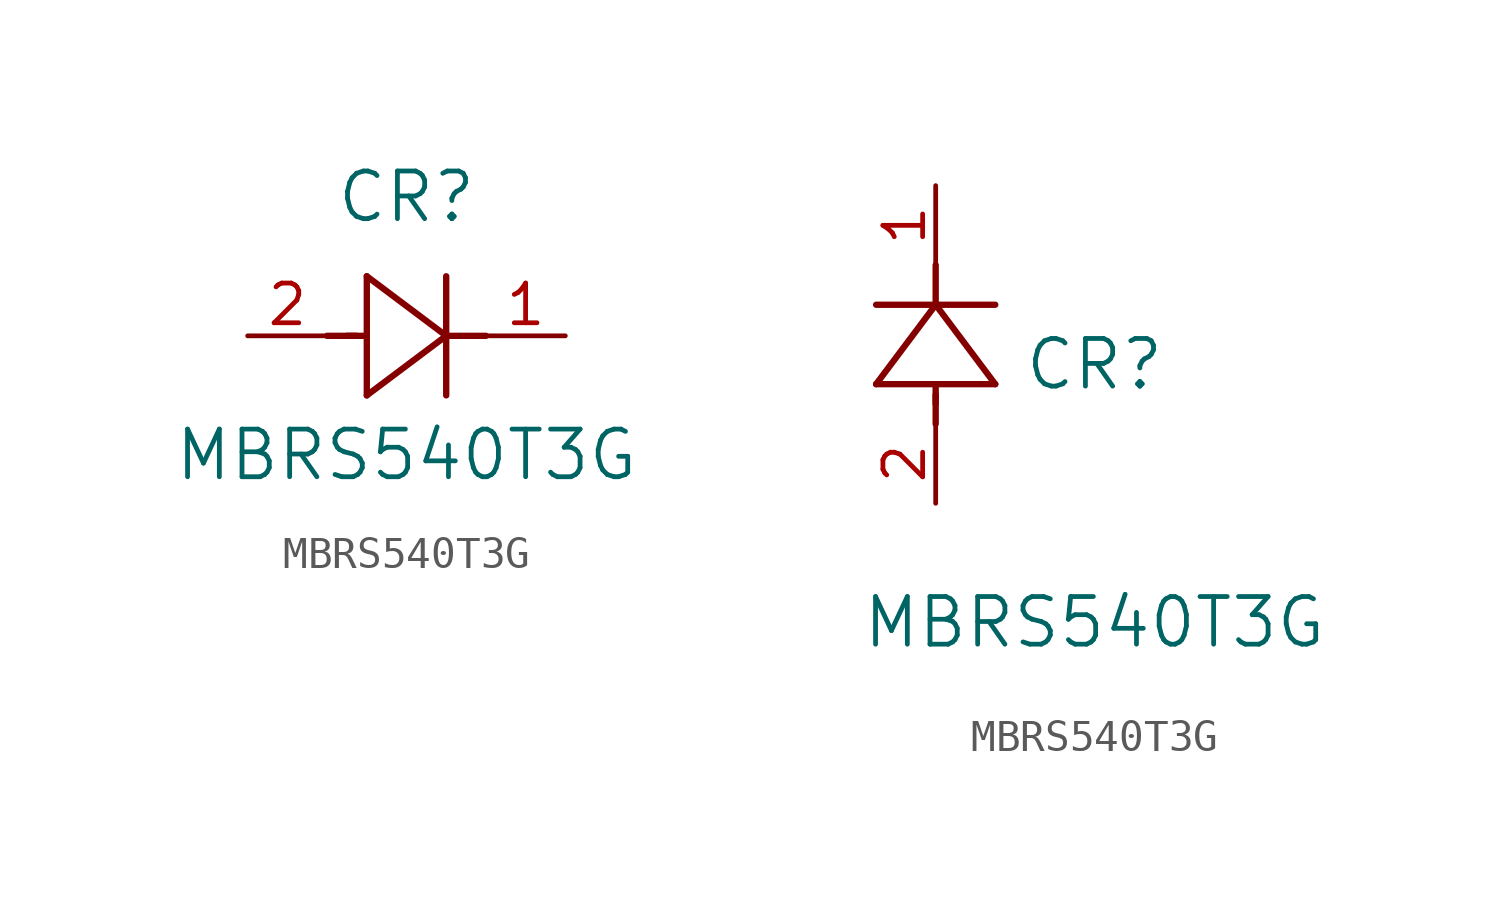
<source format=kicad_sym>
(kicad_symbol_lib
  (version 20211014)
  (generator kicad_symbol_editor)
  (symbol "MBRS540T3G"
    (pin_names
      (offset 0.254))
    (property "Reference" "CR"
      (at 5.08 4.445 0)
      (effects (font (size 1.524 1.524))))
    (property "Value" "MBRS540T3G"
      (at 5.08 -3.81 0)
      (effects (font (size 1.524 1.524))))
    (symbol "MBRS540T3G_1_1"
      (polyline (pts (xy 2.54 0) (xy 3.48 0)) (stroke (width 0.203) (type default) (color 0 0 0 0)) (fill (type none)))
      (polyline (pts (xy 3.81 1.905) (xy 3.81 -1.905)) (stroke (width 0.203) (type default) (color 0 0 0 0)) (fill (type none)))
      (polyline (pts (xy 3.175 0) (xy 3.81 0)) (stroke (width 0.203) (type default) (color 0 0 0 0)) (fill (type none)))
      (polyline (pts (xy 6.35 -1.905) (xy 6.35 1.905)) (stroke (width 0.203) (type default) (color 0 0 0 0)) (fill (type none)))
      (polyline (pts (xy 6.35 0) (xy 7.62 0)) (stroke (width 0.203) (type default) (color 0 0 0 0)) (fill (type none)))
      (polyline (pts (xy 6.35 0) (xy 3.81 1.905)) (stroke (width 0.203) (type default) (color 0 0 0 0)) (fill (type none)))
      (polyline (pts (xy 3.81 -1.905) (xy 6.35 0)) (stroke (width 0.203) (type default) (color 0 0 0 0)) (fill (type none)))
      (pin unspecified line (at 0 0 0) (length 2.54) (name "" (effects (font (size 1.27 1.27)))) (number "2" (effects (font (size 1.27 1.27)))))
      (pin unspecified line (at 10.16 0 180) (length 2.54) (name "" (effects (font (size 1.27 1.27)))) (number "1" (effects (font (size 1.27 1.27))))))
    (symbol "MBRS540T3G_1_2"
      (polyline (pts (xy 0 2.54) (xy 0 3.48)) (stroke (width 0.203) (type default) (color 0 0 0 0)) (fill (type none)))
      (polyline (pts (xy -1.905 3.81) (xy 1.905 3.81)) (stroke (width 0.203) (type default) (color 0 0 0 0)) (fill (type none)))
      (polyline (pts (xy 0 3.175) (xy 0 3.81)) (stroke (width 0.203) (type default) (color 0 0 0 0)) (fill (type none)))
      (polyline (pts (xy 1.905 6.35) (xy -1.905 6.35)) (stroke (width 0.203) (type default) (color 0 0 0 0)) (fill (type none)))
      (polyline (pts (xy 0 6.35) (xy 0 7.62)) (stroke (width 0.203) (type default) (color 0 0 0 0)) (fill (type none)))
      (polyline (pts (xy 0 6.35) (xy -1.905 3.81)) (stroke (width 0.203) (type default) (color 0 0 0 0)) (fill (type none)))
      (polyline (pts (xy 1.905 3.81) (xy 0 6.35)) (stroke (width 0.203) (type default) (color 0 0 0 0)) (fill (type none)))
      (pin unspecified line (at 0 0 90) (length 2.54) (name "" (effects (font (size 1.27 1.27)))) (number "2" (effects (font (size 1.27 1.27)))))
      (pin unspecified line (at 0 10.16 270) (length 2.54) (name "" (effects (font (size 1.27 1.27)))) (number "1" (effects (font (size 1.27 1.27))))))))
</source>
